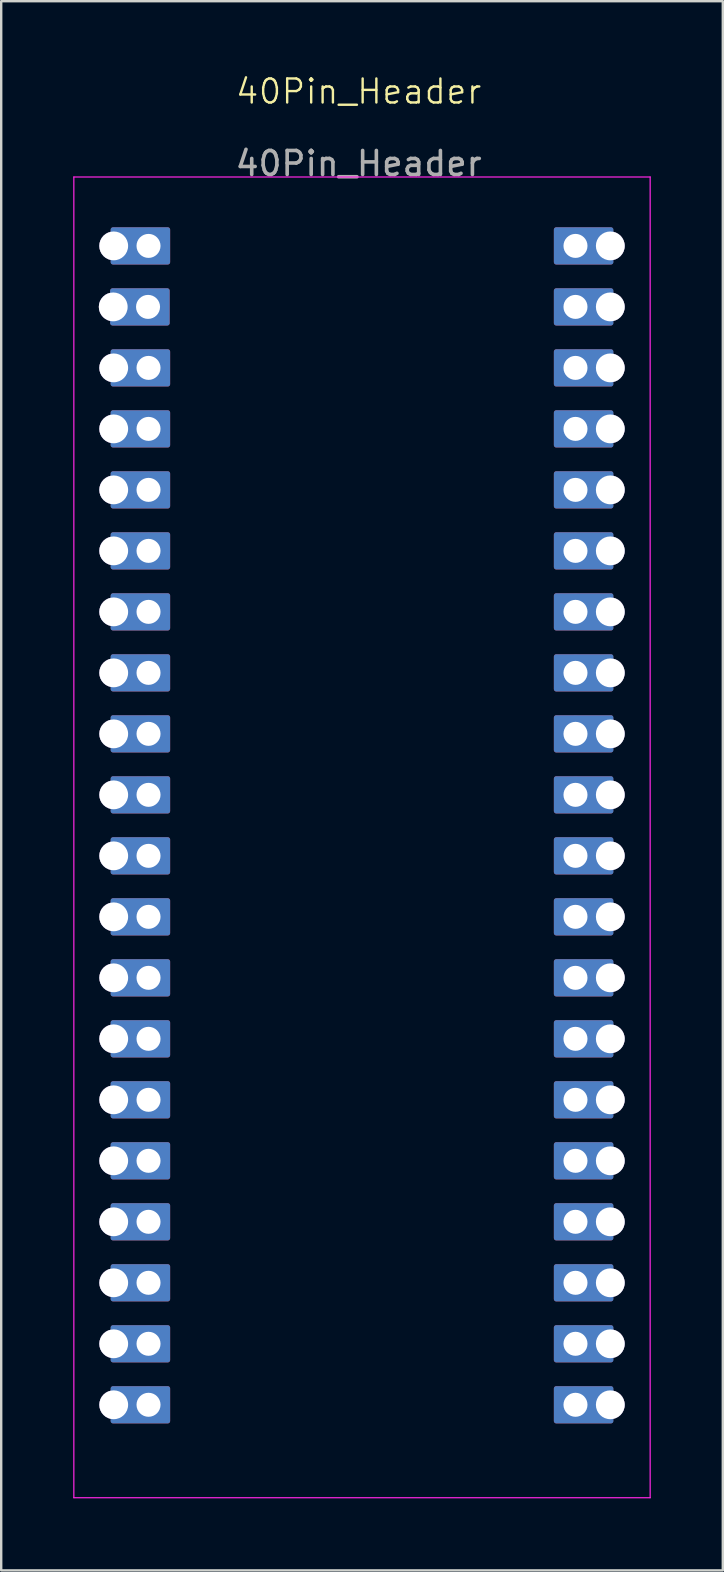
<source format=kicad_pcb>
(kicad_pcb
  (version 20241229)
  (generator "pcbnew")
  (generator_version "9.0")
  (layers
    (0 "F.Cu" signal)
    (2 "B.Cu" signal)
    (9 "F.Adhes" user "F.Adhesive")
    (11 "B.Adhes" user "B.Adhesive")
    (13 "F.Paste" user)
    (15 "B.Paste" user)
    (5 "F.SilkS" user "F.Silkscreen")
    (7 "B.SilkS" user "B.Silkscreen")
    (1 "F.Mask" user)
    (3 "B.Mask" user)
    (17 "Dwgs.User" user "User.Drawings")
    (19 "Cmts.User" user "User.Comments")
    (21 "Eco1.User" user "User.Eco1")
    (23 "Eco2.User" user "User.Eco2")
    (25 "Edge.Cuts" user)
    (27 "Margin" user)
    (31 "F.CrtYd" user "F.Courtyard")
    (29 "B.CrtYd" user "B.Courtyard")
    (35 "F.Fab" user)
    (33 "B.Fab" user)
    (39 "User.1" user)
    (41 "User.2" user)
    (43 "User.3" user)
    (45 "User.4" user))
  (footprint "40Pin_Header"
    (layer "F.Cu")
    (at 12.025 31.32)
    (property "Reference" "40Pin_Header" (at -0.14 -30.56 0) (unlocked yes) (layer "F.SilkS") (effects (font (size 1 1) (thickness 0.1))))
    (attr through_hole)
    (fp_rect (start -10.38 -22.265) (end -8.11 -20.915) (stroke (width 0.2) (type solid)) (fill yes) (layer "F.Cu"))
    (fp_rect (start -10.36 -24.805) (end -8.09 -23.455) (stroke (width 0.2) (type solid)) (fill yes) (layer "F.Cu"))
    (fp_rect (start -10.36 -19.725) (end -8.09 -18.375) (stroke (width 0.2) (type solid)) (fill yes) (layer "F.Cu"))
    (fp_rect (start -10.36 -17.185) (end -8.09 -15.835) (stroke (width 0.2) (type solid)) (fill yes) (layer "F.Cu"))
    (fp_rect (start -10.36 -14.645) (end -8.09 -13.295) (stroke (width 0.2) (type solid)) (fill yes) (layer "F.Cu"))
    (fp_rect (start -10.36 -12.105) (end -8.09 -10.755) (stroke (width 0.2) (type solid)) (fill yes) (layer "F.Cu"))
    (fp_rect (start -10.36 -9.565) (end -8.09 -8.215) (stroke (width 0.2) (type solid)) (fill yes) (layer "F.Cu"))
    (fp_rect (start -10.36 -7.025) (end -8.09 -5.675) (stroke (width 0.2) (type solid)) (fill yes) (layer "F.Cu"))
    (fp_rect (start -10.36 -4.485) (end -8.09 -3.135) (stroke (width 0.2) (type solid)) (fill yes) (layer "F.Cu"))
    (fp_rect (start -10.36 -1.945) (end -8.09 -0.595) (stroke (width 0.2) (type solid)) (fill yes) (layer "F.Cu"))
    (fp_rect (start -10.36 0.595) (end -8.09 1.945) (stroke (width 0.2) (type solid)) (fill yes) (layer "F.Cu"))
    (fp_rect (start -10.36 3.135) (end -8.09 4.485) (stroke (width 0.2) (type solid)) (fill yes) (layer "F.Cu"))
    (fp_rect (start -10.36 5.675) (end -8.09 7.025) (stroke (width 0.2) (type solid)) (fill yes) (layer "F.Cu"))
    (fp_rect (start -10.36 8.215) (end -8.09 9.565) (stroke (width 0.2) (type solid)) (fill yes) (layer "F.Cu"))
    (fp_rect (start -10.36 10.755) (end -8.09 12.105) (stroke (width 0.2) (type solid)) (fill yes) (layer "F.Cu"))
    (fp_rect (start -10.36 13.295) (end -8.09 14.645) (stroke (width 0.2) (type solid)) (fill yes) (layer "F.Cu"))
    (fp_rect (start -10.36 15.835) (end -8.09 17.185) (stroke (width 0.2) (type solid)) (fill yes) (layer "F.Cu"))
    (fp_rect (start -10.36 18.375) (end -8.09 19.725) (stroke (width 0.2) (type solid)) (fill yes) (layer "F.Cu"))
    (fp_rect (start -10.36 20.915) (end -8.09 22.265) (stroke (width 0.2) (type solid)) (fill yes) (layer "F.Cu"))
    (fp_rect (start -10.36 23.455) (end -8.09 24.805) (stroke (width 0.2) (type solid)) (fill yes) (layer "F.Cu"))
    (fp_rect (start 10.36 -23.455) (end 8.09 -24.805) (stroke (width 0.2) (type solid)) (fill yes) (layer "F.Cu"))
    (fp_rect (start 10.36 -20.915) (end 8.09 -22.265) (stroke (width 0.2) (type solid)) (fill yes) (layer "F.Cu"))
    (fp_rect (start 10.36 -18.375) (end 8.09 -19.725) (stroke (width 0.2) (type solid)) (fill yes) (layer "F.Cu"))
    (fp_rect (start 10.36 -15.835) (end 8.09 -17.185) (stroke (width 0.2) (type solid)) (fill yes) (layer "F.Cu"))
    (fp_rect (start 10.36 -13.295) (end 8.09 -14.645) (stroke (width 0.2) (type solid)) (fill yes) (layer "F.Cu"))
    (fp_rect (start 10.36 -10.755) (end 8.09 -12.105) (stroke (width 0.2) (type solid)) (fill yes) (layer "F.Cu"))
    (fp_rect (start 10.36 -8.215) (end 8.09 -9.565) (stroke (width 0.2) (type solid)) (fill yes) (layer "F.Cu"))
    (fp_rect (start 10.36 -5.675) (end 8.09 -7.025) (stroke (width 0.2) (type solid)) (fill yes) (layer "F.Cu"))
    (fp_rect (start 10.36 -3.135) (end 8.09 -4.485) (stroke (width 0.2) (type solid)) (fill yes) (layer "F.Cu"))
    (fp_rect (start 10.36 -0.595) (end 8.09 -1.945) (stroke (width 0.2) (type solid)) (fill yes) (layer "F.Cu"))
    (fp_rect (start 10.36 1.945) (end 8.09 0.595) (stroke (width 0.2) (type solid)) (fill yes) (layer "F.Cu"))
    (fp_rect (start 10.36 4.485) (end 8.09 3.135) (stroke (width 0.2) (type solid)) (fill yes) (layer "F.Cu"))
    (fp_rect (start 10.36 7.025) (end 8.09 5.675) (stroke (width 0.2) (type solid)) (fill yes) (layer "F.Cu"))
    (fp_rect (start 10.36 9.565) (end 8.09 8.215) (stroke (width 0.2) (type solid)) (fill yes) (layer "F.Cu"))
    (fp_rect (start 10.36 12.105) (end 8.09 10.755) (stroke (width 0.2) (type solid)) (fill yes) (layer "F.Cu"))
    (fp_rect (start 10.36 14.645) (end 8.09 13.295) (stroke (width 0.2) (type solid)) (fill yes) (layer "F.Cu"))
    (fp_rect (start 10.36 17.185) (end 8.09 15.835) (stroke (width 0.2) (type solid)) (fill yes) (layer "F.Cu"))
    (fp_rect (start 10.36 19.725) (end 8.09 18.375) (stroke (width 0.2) (type solid)) (fill yes) (layer "F.Cu"))
    (fp_rect (start 10.36 22.265) (end 8.09 20.915) (stroke (width 0.2) (type solid)) (fill yes) (layer "F.Cu"))
    (fp_rect (start 10.36 24.805) (end 8.09 23.455) (stroke (width 0.2) (type solid)) (fill yes) (layer "F.Cu"))
    (fp_rect (start -10.34 -22.265) (end -8.11 -20.915) (stroke (width 0.2) (type solid)) (fill yes) (layer "F.Mask"))
    (fp_rect (start -10.32 -24.805) (end -8.09 -23.455) (stroke (width 0.2) (type solid)) (fill yes) (layer "F.Mask"))
    (fp_rect (start -10.32 -19.725) (end -8.09 -18.375) (stroke (width 0.2) (type solid)) (fill yes) (layer "F.Mask"))
    (fp_rect (start -10.32 -17.185) (end -8.09 -15.835) (stroke (width 0.2) (type solid)) (fill yes) (layer "F.Mask"))
    (fp_rect (start -10.32 -14.645) (end -8.09 -13.295) (stroke (width 0.2) (type solid)) (fill yes) (layer "F.Mask"))
    (fp_rect (start -10.32 -12.105) (end -8.09 -10.755) (stroke (width 0.2) (type solid)) (fill yes) (layer "F.Mask"))
    (fp_rect (start -10.32 -9.565) (end -8.09 -8.215) (stroke (width 0.2) (type solid)) (fill yes) (layer "F.Mask"))
    (fp_rect (start -10.32 -7.025) (end -8.09 -5.675) (stroke (width 0.2) (type solid)) (fill yes) (layer "F.Mask"))
    (fp_rect (start -10.32 -4.485) (end -8.09 -3.135) (stroke (width 0.2) (type solid)) (fill yes) (layer "F.Mask"))
    (fp_rect (start -10.32 -1.945) (end -8.09 -0.595) (stroke (width 0.2) (type solid)) (fill yes) (layer "F.Mask"))
    (fp_rect (start -10.32 0.595) (end -8.09 1.945) (stroke (width 0.2) (type solid)) (fill yes) (layer "F.Mask"))
    (fp_rect (start -10.32 3.135) (end -8.09 4.485) (stroke (width 0.2) (type solid)) (fill yes) (layer "F.Mask"))
    (fp_rect (start -10.32 5.675) (end -8.09 7.025) (stroke (width 0.2) (type solid)) (fill yes) (layer "F.Mask"))
    (fp_rect (start -10.32 8.215) (end -8.09 9.565) (stroke (width 0.2) (type solid)) (fill yes) (layer "F.Mask"))
    (fp_rect (start -10.32 10.755) (end -8.09 12.105) (stroke (width 0.2) (type solid)) (fill yes) (layer "F.Mask"))
    (fp_rect (start -10.32 13.295) (end -8.09 14.645) (stroke (width 0.2) (type solid)) (fill yes) (layer "F.Mask"))
    (fp_rect (start -10.32 15.835) (end -8.09 17.185) (stroke (width 0.2) (type solid)) (fill yes) (layer "F.Mask"))
    (fp_rect (start -10.32 18.375) (end -8.09 19.725) (stroke (width 0.2) (type solid)) (fill yes) (layer "F.Mask"))
    (fp_rect (start -10.32 20.915) (end -8.09 22.265) (stroke (width 0.2) (type solid)) (fill yes) (layer "F.Mask"))
    (fp_rect (start -10.32 23.455) (end -8.09 24.805) (stroke (width 0.2) (type solid)) (fill yes) (layer "F.Mask"))
    (fp_rect (start 10.32 -23.455) (end 8.09 -24.805) (stroke (width 0.2) (type solid)) (fill yes) (layer "F.Mask"))
    (fp_rect (start 10.32 -20.915) (end 8.09 -22.265) (stroke (width 0.2) (type solid)) (fill yes) (layer "F.Mask"))
    (fp_rect (start 10.32 -18.375) (end 8.09 -19.725) (stroke (width 0.2) (type solid)) (fill yes) (layer "F.Mask"))
    (fp_rect (start 10.32 -15.835) (end 8.09 -17.185) (stroke (width 0.2) (type solid)) (fill yes) (layer "F.Mask"))
    (fp_rect (start 10.32 -13.295) (end 8.09 -14.645) (stroke (width 0.2) (type solid)) (fill yes) (layer "F.Mask"))
    (fp_rect (start 10.32 -10.755) (end 8.09 -12.105) (stroke (width 0.2) (type solid)) (fill yes) (layer "F.Mask"))
    (fp_rect (start 10.32 -8.215) (end 8.09 -9.565) (stroke (width 0.2) (type solid)) (fill yes) (layer "F.Mask"))
    (fp_rect (start 10.32 -5.675) (end 8.09 -7.025) (stroke (width 0.2) (type solid)) (fill yes) (layer "F.Mask"))
    (fp_rect (start 10.32 -3.135) (end 8.09 -4.485) (stroke (width 0.2) (type solid)) (fill yes) (layer "F.Mask"))
    (fp_rect (start 10.32 -0.595) (end 8.09 -1.945) (stroke (width 0.2) (type solid)) (fill yes) (layer "F.Mask"))
    (fp_rect (start 10.32 1.945) (end 8.09 0.595) (stroke (width 0.2) (type solid)) (fill yes) (layer "F.Mask"))
    (fp_rect (start 10.32 4.485) (end 8.09 3.135) (stroke (width 0.2) (type solid)) (fill yes) (layer "F.Mask"))
    (fp_rect (start 10.32 7.025) (end 8.09 5.675) (stroke (width 0.2) (type solid)) (fill yes) (layer "F.Mask"))
    (fp_rect (start 10.32 9.565) (end 8.09 8.215) (stroke (width 0.2) (type solid)) (fill yes) (layer "F.Mask"))
    (fp_rect (start 10.32 12.105) (end 8.09 10.755) (stroke (width 0.2) (type solid)) (fill yes) (layer "F.Mask"))
    (fp_rect (start 10.32 14.645) (end 8.09 13.295) (stroke (width 0.2) (type solid)) (fill yes) (layer "F.Mask"))
    (fp_rect (start 10.32 17.185) (end 8.09 15.835) (stroke (width 0.2) (type solid)) (fill yes) (layer "F.Mask"))
    (fp_rect (start 10.32 19.725) (end 8.09 18.375) (stroke (width 0.2) (type solid)) (fill yes) (layer "F.Mask"))
    (fp_rect (start 10.32 22.265) (end 8.09 20.915) (stroke (width 0.2) (type solid)) (fill yes) (layer "F.Mask"))
    (fp_rect (start 10.32 24.805) (end 8.09 23.455) (stroke (width 0.2) (type solid)) (fill yes) (layer "F.Mask"))
    (fp_rect (start -10.39 -22.265) (end -8.11 -20.915) (stroke (width 0.2) (type solid)) (fill yes) (layer "B.Cu"))
    (fp_rect (start -10.37 -24.805) (end -8.09 -23.455) (stroke (width 0.2) (type solid)) (fill yes) (layer "B.Cu"))
    (fp_rect (start -10.37 -19.725) (end -8.09 -18.375) (stroke (width 0.2) (type solid)) (fill yes) (layer "B.Cu"))
    (fp_rect (start -10.37 -17.185) (end -8.09 -15.835) (stroke (width 0.2) (type solid)) (fill yes) (layer "B.Cu"))
    (fp_rect (start -10.37 -14.645) (end -8.09 -13.295) (stroke (width 0.2) (type solid)) (fill yes) (layer "B.Cu"))
    (fp_rect (start -10.37 -12.105) (end -8.09 -10.755) (stroke (width 0.2) (type solid)) (fill yes) (layer "B.Cu"))
    (fp_rect (start -10.37 -9.565) (end -8.09 -8.215) (stroke (width 0.2) (type solid)) (fill yes) (layer "B.Cu"))
    (fp_rect (start -10.37 -7.025) (end -8.09 -5.675) (stroke (width 0.2) (type solid)) (fill yes) (layer "B.Cu"))
    (fp_rect (start -10.37 -4.485) (end -8.09 -3.135) (stroke (width 0.2) (type solid)) (fill yes) (layer "B.Cu"))
    (fp_rect (start -10.37 -1.945) (end -8.09 -0.595) (stroke (width 0.2) (type solid)) (fill yes) (layer "B.Cu"))
    (fp_rect (start -10.37 0.595) (end -8.09 1.945) (stroke (width 0.2) (type solid)) (fill yes) (layer "B.Cu"))
    (fp_rect (start -10.37 3.135) (end -8.09 4.485) (stroke (width 0.2) (type solid)) (fill yes) (layer "B.Cu"))
    (fp_rect (start -10.37 5.675) (end -8.09 7.025) (stroke (width 0.2) (type solid)) (fill yes) (layer "B.Cu"))
    (fp_rect (start -10.37 8.215) (end -8.09 9.565) (stroke (width 0.2) (type solid)) (fill yes) (layer "B.Cu"))
    (fp_rect (start -10.37 10.755) (end -8.09 12.105) (stroke (width 0.2) (type solid)) (fill yes) (layer "B.Cu"))
    (fp_rect (start -10.37 13.295) (end -8.09 14.645) (stroke (width 0.2) (type solid)) (fill yes) (layer "B.Cu"))
    (fp_rect (start -10.37 15.835) (end -8.09 17.185) (stroke (width 0.2) (type solid)) (fill yes) (layer "B.Cu"))
    (fp_rect (start -10.37 18.375) (end -8.09 19.725) (stroke (width 0.2) (type solid)) (fill yes) (layer "B.Cu"))
    (fp_rect (start -10.37 20.915) (end -8.09 22.265) (stroke (width 0.2) (type solid)) (fill yes) (layer "B.Cu"))
    (fp_rect (start -10.37 23.455) (end -8.09 24.805) (stroke (width 0.2) (type solid)) (fill yes) (layer "B.Cu"))
    (fp_rect (start 10.37 -23.455) (end 8.09 -24.805) (stroke (width 0.2) (type solid)) (fill yes) (layer "B.Cu"))
    (fp_rect (start 10.37 -20.915) (end 8.09 -22.265) (stroke (width 0.2) (type solid)) (fill yes) (layer "B.Cu"))
    (fp_rect (start 10.37 -18.375) (end 8.09 -19.725) (stroke (width 0.2) (type solid)) (fill yes) (layer "B.Cu"))
    (fp_rect (start 10.37 -15.835) (end 8.09 -17.185) (stroke (width 0.2) (type solid)) (fill yes) (layer "B.Cu"))
    (fp_rect (start 10.37 -13.295) (end 8.09 -14.645) (stroke (width 0.2) (type solid)) (fill yes) (layer "B.Cu"))
    (fp_rect (start 10.37 -10.755) (end 8.09 -12.105) (stroke (width 0.2) (type solid)) (fill yes) (layer "B.Cu"))
    (fp_rect (start 10.37 -8.215) (end 8.09 -9.565) (stroke (width 0.2) (type solid)) (fill yes) (layer "B.Cu"))
    (fp_rect (start 10.37 -5.675) (end 8.09 -7.025) (stroke (width 0.2) (type solid)) (fill yes) (layer "B.Cu"))
    (fp_rect (start 10.37 -3.135) (end 8.09 -4.485) (stroke (width 0.2) (type solid)) (fill yes) (layer "B.Cu"))
    (fp_rect (start 10.37 -0.595) (end 8.09 -1.945) (stroke (width 0.2) (type solid)) (fill yes) (layer "B.Cu"))
    (fp_rect (start 10.37 1.945) (end 8.09 0.595) (stroke (width 0.2) (type solid)) (fill yes) (layer "B.Cu"))
    (fp_rect (start 10.37 4.485) (end 8.09 3.135) (stroke (width 0.2) (type solid)) (fill yes) (layer "B.Cu"))
    (fp_rect (start 10.37 7.025) (end 8.09 5.675) (stroke (width 0.2) (type solid)) (fill yes) (layer "B.Cu"))
    (fp_rect (start 10.37 9.565) (end 8.09 8.215) (stroke (width 0.2) (type solid)) (fill yes) (layer "B.Cu"))
    (fp_rect (start 10.37 12.105) (end 8.09 10.755) (stroke (width 0.2) (type solid)) (fill yes) (layer "B.Cu"))
    (fp_rect (start 10.37 14.645) (end 8.09 13.295) (stroke (width 0.2) (type solid)) (fill yes) (layer "B.Cu"))
    (fp_rect (start 10.37 17.185) (end 8.09 15.835) (stroke (width 0.2) (type solid)) (fill yes) (layer "B.Cu"))
    (fp_rect (start 10.37 19.725) (end 8.09 18.375) (stroke (width 0.2) (type solid)) (fill yes) (layer "B.Cu"))
    (fp_rect (start 10.37 22.265) (end 8.09 20.915) (stroke (width 0.2) (type solid)) (fill yes) (layer "B.Cu"))
    (fp_rect (start 10.37 24.805) (end 8.09 23.455) (stroke (width 0.2) (type solid)) (fill yes) (layer "B.Cu"))
    (fp_rect (start -10.315 -22.26) (end -8.115 -20.91) (stroke (width 0.2) (type solid)) (fill yes) (layer "B.Mask"))
    (fp_rect (start -10.295 -24.8) (end -8.095 -23.45) (stroke (width 0.2) (type solid)) (fill yes) (layer "B.Mask"))
    (fp_rect (start -10.295 -19.72) (end -8.095 -18.37) (stroke (width 0.2) (type solid)) (fill yes) (layer "B.Mask"))
    (fp_rect (start -10.295 -17.18) (end -8.095 -15.83) (stroke (width 0.2) (type solid)) (fill yes) (layer "B.Mask"))
    (fp_rect (start -10.295 -14.64) (end -8.095 -13.29) (stroke (width 0.2) (type solid)) (fill yes) (layer "B.Mask"))
    (fp_rect (start -10.295 -12.1) (end -8.095 -10.75) (stroke (width 0.2) (type solid)) (fill yes) (layer "B.Mask"))
    (fp_rect (start -10.295 -9.56) (end -8.095 -8.21) (stroke (width 0.2) (type solid)) (fill yes) (layer "B.Mask"))
    (fp_rect (start -10.295 -7.02) (end -8.095 -5.67) (stroke (width 0.2) (type solid)) (fill yes) (layer "B.Mask"))
    (fp_rect (start -10.295 -4.48) (end -8.095 -3.13) (stroke (width 0.2) (type solid)) (fill yes) (layer "B.Mask"))
    (fp_rect (start -10.295 -1.94) (end -8.095 -0.59) (stroke (width 0.2) (type solid)) (fill yes) (layer "B.Mask"))
    (fp_rect (start -10.295 0.6) (end -8.095 1.95) (stroke (width 0.2) (type solid)) (fill yes) (layer "B.Mask"))
    (fp_rect (start -10.295 3.14) (end -8.095 4.49) (stroke (width 0.2) (type solid)) (fill yes) (layer "B.Mask"))
    (fp_rect (start -10.295 5.68) (end -8.095 7.03) (stroke (width 0.2) (type solid)) (fill yes) (layer "B.Mask"))
    (fp_rect (start -10.295 8.22) (end -8.095 9.57) (stroke (width 0.2) (type solid)) (fill yes) (layer "B.Mask"))
    (fp_rect (start -10.295 10.76) (end -8.095 12.11) (stroke (width 0.2) (type solid)) (fill yes) (layer "B.Mask"))
    (fp_rect (start -10.295 13.3) (end -8.095 14.65) (stroke (width 0.2) (type solid)) (fill yes) (layer "B.Mask"))
    (fp_rect (start -10.295 15.84) (end -8.095 17.19) (stroke (width 0.2) (type solid)) (fill yes) (layer "B.Mask"))
    (fp_rect (start -10.295 18.38) (end -8.095 19.73) (stroke (width 0.2) (type solid)) (fill yes) (layer "B.Mask"))
    (fp_rect (start -10.295 20.92) (end -8.095 22.27) (stroke (width 0.2) (type solid)) (fill yes) (layer "B.Mask"))
    (fp_rect (start -10.295 23.46) (end -8.095 24.81) (stroke (width 0.2) (type solid)) (fill yes) (layer "B.Mask"))
    (fp_rect (start 10.295 -23.46) (end 8.095 -24.81) (stroke (width 0.2) (type solid)) (fill yes) (layer "B.Mask"))
    (fp_rect (start 10.295 -20.92) (end 8.095 -22.27) (stroke (width 0.2) (type solid)) (fill yes) (layer "B.Mask"))
    (fp_rect (start 10.295 -18.38) (end 8.095 -19.73) (stroke (width 0.2) (type solid)) (fill yes) (layer "B.Mask"))
    (fp_rect (start 10.295 -15.84) (end 8.095 -17.19) (stroke (width 0.2) (type solid)) (fill yes) (layer "B.Mask"))
    (fp_rect (start 10.295 -13.3) (end 8.095 -14.65) (stroke (width 0.2) (type solid)) (fill yes) (layer "B.Mask"))
    (fp_rect (start 10.295 -10.76) (end 8.095 -12.11) (stroke (width 0.2) (type solid)) (fill yes) (layer "B.Mask"))
    (fp_rect (start 10.295 -8.22) (end 8.095 -9.57) (stroke (width 0.2) (type solid)) (fill yes) (layer "B.Mask"))
    (fp_rect (start 10.295 -5.68) (end 8.095 -7.03) (stroke (width 0.2) (type solid)) (fill yes) (layer "B.Mask"))
    (fp_rect (start 10.295 -3.14) (end 8.095 -4.49) (stroke (width 0.2) (type solid)) (fill yes) (layer "B.Mask"))
    (fp_rect (start 10.295 -0.6) (end 8.095 -1.95) (stroke (width 0.2) (type solid)) (fill yes) (layer "B.Mask"))
    (fp_rect (start 10.295 1.94) (end 8.095 0.59) (stroke (width 0.2) (type solid)) (fill yes) (layer "B.Mask"))
    (fp_rect (start 10.295 4.48) (end 8.095 3.13) (stroke (width 0.2) (type solid)) (fill yes) (layer "B.Mask"))
    (fp_rect (start 10.295 7.02) (end 8.095 5.67) (stroke (width 0.2) (type solid)) (fill yes) (layer "B.Mask"))
    (fp_rect (start 10.295 9.56) (end 8.095 8.21) (stroke (width 0.2) (type solid)) (fill yes) (layer "B.Mask"))
    (fp_rect (start 10.295 12.1) (end 8.095 10.75) (stroke (width 0.2) (type solid)) (fill yes) (layer "B.Mask"))
    (fp_rect (start 10.295 14.64) (end 8.095 13.29) (stroke (width 0.2) (type solid)) (fill yes) (layer "B.Mask"))
    (fp_rect (start 10.295 17.18) (end 8.095 15.83) (stroke (width 0.2) (type solid)) (fill yes) (layer "B.Mask"))
    (fp_rect (start 10.295 19.72) (end 8.095 18.37) (stroke (width 0.2) (type solid)) (fill yes) (layer "B.Mask"))
    (fp_rect (start 10.295 22.26) (end 8.095 20.91) (stroke (width 0.2) (type solid)) (fill yes) (layer "B.Mask"))
    (fp_rect (start 10.295 24.8) (end 8.095 23.45) (stroke (width 0.2) (type solid)) (fill yes) (layer "B.Mask"))
    (fp_line (start -12 -27) (end -12 28) (stroke (width 0.05) (type default)) (layer "F.CrtYd"))
    (fp_line (start -12 28) (end 12 28) (stroke (width 0.05) (type default)) (layer "F.CrtYd"))
    (fp_line (start 12 -27) (end -12 -27) (stroke (width 0.05) (type default)) (layer "F.CrtYd"))
    (fp_line (start 12 28) (end 12 -27) (stroke (width 0.05) (type default)) (layer "F.CrtYd"))
    (fp_text user "${REFERENCE}" (at -0.14 -27.56 0) (unlocked yes) (layer "F.Fab") (effects (font (size 1 1) (thickness 0.15))))
    (pad "1" thru_hole circle (at -10.34 -24.13) (size 1.2 1.2) (drill 1.5) (property pad_prop_castellated) (layers "*.Cu" "*.Mask"))
    (pad "1" thru_hole circle (at -8.89 -24.13) (size 1.5 1.5) (drill 1) (property pad_prop_castellated) (layers "*.Cu" "*.Mask"))
    (pad "2" thru_hole circle (at -10.36 -21.59) (size 1.2 1.2) (drill 1.5) (property pad_prop_castellated) (layers "*.Cu" "*.Mask"))
    (pad "2" thru_hole circle (at -8.91 -21.59) (size 1.5 1.5) (drill 1) (property pad_prop_castellated) (layers "*.Cu" "*.Mask"))
    (pad "3" thru_hole circle (at -10.34 -19.05) (size 1.2 1.2) (drill 1.5) (property pad_prop_castellated) (layers "*.Cu" "*.Mask"))
    (pad "3" thru_hole circle (at -8.89 -19.05) (size 1.5 1.5) (drill 1) (property pad_prop_castellated) (layers "*.Cu" "*.Mask"))
    (pad "4" thru_hole circle (at -10.34 -16.51) (size 1.2 1.2) (drill 1.5) (property pad_prop_castellated) (layers "*.Cu" "*.Mask"))
    (pad "4" thru_hole circle (at -8.89 -16.51) (size 1.5 1.5) (drill 1) (property pad_prop_castellated) (layers "*.Cu" "*.Mask"))
    (pad "5" thru_hole circle (at -10.34 -13.97) (size 1.2 1.2) (drill 1.5) (property pad_prop_castellated) (layers "*.Cu" "*.Mask"))
    (pad "5" thru_hole circle (at -8.89 -13.97) (size 1.5 1.5) (drill 1) (property pad_prop_castellated) (layers "*.Cu" "*.Mask"))
    (pad "6" thru_hole circle (at -10.34 -11.43) (size 1.2 1.2) (drill 1.5) (property pad_prop_castellated) (layers "*.Cu" "*.Mask"))
    (pad "6" thru_hole circle (at -8.89 -11.43) (size 1.5 1.5) (drill 1) (property pad_prop_castellated) (layers "*.Cu" "*.Mask"))
    (pad "7" thru_hole circle (at -10.34 -8.89) (size 1.2 1.2) (drill 1.5) (property pad_prop_castellated) (layers "*.Cu" "*.Mask"))
    (pad "7" thru_hole circle (at -8.89 -8.89) (size 1.5 1.5) (drill 1) (property pad_prop_castellated) (layers "*.Cu" "*.Mask"))
    (pad "8" thru_hole circle (at -10.34 -6.35) (size 1.2 1.2) (drill 1.5) (property pad_prop_castellated) (layers "*.Cu" "*.Mask"))
    (pad "8" thru_hole circle (at -8.89 -6.35) (size 1.5 1.5) (drill 1) (property pad_prop_castellated) (layers "*.Cu" "*.Mask"))
    (pad "9" thru_hole circle (at -10.34 -3.81) (size 1.2 1.2) (drill 1.5) (property pad_prop_castellated) (layers "*.Cu" "*.Mask"))
    (pad "9" thru_hole circle (at -8.89 -3.81) (size 1.5 1.5) (drill 1) (property pad_prop_castellated) (layers "*.Cu" "*.Mask"))
    (pad "10" thru_hole circle (at -10.34 -1.27) (size 1.2 1.2) (drill 1.5) (property pad_prop_castellated) (layers "*.Cu" "*.Mask"))
    (pad "10" thru_hole circle (at -8.89 -1.27) (size 1.5 1.5) (drill 1) (property pad_prop_castellated) (layers "*.Cu" "*.Mask"))
    (pad "11" thru_hole circle (at -10.34 1.27) (size 1.2 1.2) (drill 1.5) (property pad_prop_castellated) (layers "*.Cu" "*.Mask"))
    (pad "11" thru_hole circle (at -8.89 1.27) (size 1.5 1.5) (drill 1) (property pad_prop_castellated) (layers "*.Cu" "*.Mask"))
    (pad "12" thru_hole circle (at -10.34 3.81) (size 1.2 1.2) (drill 1.5) (property pad_prop_castellated) (layers "*.Cu" "*.Mask"))
    (pad "12" thru_hole circle (at -8.89 3.81) (size 1.5 1.5) (drill 1) (property pad_prop_castellated) (layers "*.Cu" "*.Mask"))
    (pad "13" thru_hole circle (at -10.34 6.35) (size 1.2 1.2) (drill 1.5) (property pad_prop_castellated) (layers "*.Cu" "*.Mask"))
    (pad "13" thru_hole circle (at -8.89 6.35) (size 1.5 1.5) (drill 1) (property pad_prop_castellated) (layers "*.Cu" "*.Mask"))
    (pad "14" thru_hole circle (at -10.34 8.89) (size 1.2 1.2) (drill 1.5) (property pad_prop_castellated) (layers "*.Cu" "*.Mask"))
    (pad "14" thru_hole circle (at -8.89 8.89) (size 1.5 1.5) (drill 1) (property pad_prop_castellated) (layers "*.Cu" "*.Mask"))
    (pad "15" thru_hole circle (at -10.34 11.43) (size 1.2 1.2) (drill 1.5) (property pad_prop_castellated) (layers "*.Cu" "*.Mask"))
    (pad "15" thru_hole circle (at -8.89 11.43) (size 1.5 1.5) (drill 1) (property pad_prop_castellated) (layers "*.Cu" "*.Mask"))
    (pad "16" thru_hole circle (at -10.34 13.97) (size 1.2 1.2) (drill 1.5) (property pad_prop_castellated) (layers "*.Cu" "*.Mask"))
    (pad "16" thru_hole circle (at -8.89 13.97) (size 1.5 1.5) (drill 1) (property pad_prop_castellated) (layers "*.Cu" "*.Mask"))
    (pad "17" thru_hole circle (at -10.34 16.51) (size 1.2 1.2) (drill 1.5) (property pad_prop_castellated) (layers "*.Cu" "*.Mask"))
    (pad "17" thru_hole circle (at -8.89 16.51) (size 1.5 1.5) (drill 1) (property pad_prop_castellated) (layers "*.Cu" "*.Mask"))
    (pad "18" thru_hole circle (at -10.34 19.05) (size 1.2 1.2) (drill 1.5) (property pad_prop_castellated) (layers "*.Cu" "*.Mask"))
    (pad "18" thru_hole circle (at -8.89 19.05) (size 1.5 1.5) (drill 1) (property pad_prop_castellated) (layers "*.Cu" "*.Mask"))
    (pad "19" thru_hole circle (at -10.34 21.59) (size 1.2 1.2) (drill 1.5) (property pad_prop_castellated) (layers "*.Cu" "*.Mask"))
    (pad "19" thru_hole circle (at -8.89 21.59) (size 1.5 1.5) (drill 1) (property pad_prop_castellated) (layers "*.Cu" "*.Mask"))
    (pad "20" thru_hole circle (at -10.34 24.13) (size 1.2 1.2) (drill 1.5) (property pad_prop_castellated) (layers "*.Cu" "*.Mask"))
    (pad "20" thru_hole circle (at -8.89 24.13) (size 1.5 1.5) (drill 1) (property pad_prop_castellated) (layers "*.Cu" "*.Mask"))
    (pad "21" thru_hole circle (at 8.89 24.13 180) (size 1.5 1.5) (drill 1) (property pad_prop_castellated) (layers "*.Cu" "*.Mask"))
    (pad "21" thru_hole circle (at 10.34 24.13 180) (size 1.2 1.2) (drill 1.5) (property pad_prop_castellated) (layers "*.Cu" "*.Mask"))
    (pad "22" thru_hole circle (at 8.89 21.59 180) (size 1.5 1.5) (drill 1) (property pad_prop_castellated) (layers "*.Cu" "*.Mask"))
    (pad "22" thru_hole circle (at 10.34 21.59 180) (size 1.2 1.2) (drill 1.5) (property pad_prop_castellated) (layers "*.Cu" "*.Mask"))
    (pad "23" thru_hole circle (at 8.89 19.05 180) (size 1.5 1.5) (drill 1) (property pad_prop_castellated) (layers "*.Cu" "*.Mask"))
    (pad "23" thru_hole circle (at 10.34 19.05 180) (size 1.2 1.2) (drill 1.5) (property pad_prop_castellated) (layers "*.Cu" "*.Mask"))
    (pad "24" thru_hole circle (at 8.89 16.51 180) (size 1.5 1.5) (drill 1) (property pad_prop_castellated) (layers "*.Cu" "*.Mask"))
    (pad "24" thru_hole circle (at 10.34 16.51 180) (size 1.2 1.2) (drill 1.5) (property pad_prop_castellated) (layers "*.Cu" "*.Mask"))
    (pad "25" thru_hole circle (at 8.89 13.97 180) (size 1.5 1.5) (drill 1) (property pad_prop_castellated) (layers "*.Cu" "*.Mask"))
    (pad "25" thru_hole circle (at 10.34 13.97 180) (size 1.2 1.2) (drill 1.5) (property pad_prop_castellated) (layers "*.Cu" "*.Mask"))
    (pad "26" thru_hole circle (at 8.89 11.43 180) (size 1.5 1.5) (drill 1) (property pad_prop_castellated) (layers "*.Cu" "*.Mask"))
    (pad "26" thru_hole circle (at 10.34 11.43 180) (size 1.2 1.2) (drill 1.5) (property pad_prop_castellated) (layers "*.Cu" "*.Mask"))
    (pad "27" thru_hole circle (at 8.89 8.89 180) (size 1.5 1.5) (drill 1) (property pad_prop_castellated) (layers "*.Cu" "*.Mask"))
    (pad "27" thru_hole circle (at 10.34 8.89 180) (size 1.2 1.2) (drill 1.5) (property pad_prop_castellated) (layers "*.Cu" "*.Mask"))
    (pad "28" thru_hole circle (at 8.89 6.35 180) (size 1.5 1.5) (drill 1) (property pad_prop_castellated) (layers "*.Cu" "*.Mask"))
    (pad "28" thru_hole circle (at 10.34 6.35 180) (size 1.2 1.2) (drill 1.5) (property pad_prop_castellated) (layers "*.Cu" "*.Mask"))
    (pad "29" thru_hole circle (at 8.89 3.81 180) (size 1.5 1.5) (drill 1) (property pad_prop_castellated) (layers "*.Cu" "*.Mask"))
    (pad "29" thru_hole circle (at 10.34 3.81 180) (size 1.2 1.2) (drill 1.5) (property pad_prop_castellated) (layers "*.Cu" "*.Mask"))
    (pad "30" thru_hole circle (at 8.89 1.27 180) (size 1.5 1.5) (drill 1) (property pad_prop_castellated) (layers "*.Cu" "*.Mask"))
    (pad "30" thru_hole circle (at 10.34 1.27 180) (size 1.2 1.2) (drill 1.5) (property pad_prop_castellated) (layers "*.Cu" "*.Mask"))
    (pad "31" thru_hole circle (at 8.89 -1.27 180) (size 1.5 1.5) (drill 1) (property pad_prop_castellated) (layers "*.Cu" "*.Mask"))
    (pad "31" thru_hole circle (at 10.34 -1.27 180) (size 1.2 1.2) (drill 1.5) (property pad_prop_castellated) (layers "*.Cu" "*.Mask"))
    (pad "32" thru_hole circle (at 8.89 -3.81 180) (size 1.5 1.5) (drill 1) (property pad_prop_castellated) (layers "*.Cu" "*.Mask"))
    (pad "32" thru_hole circle (at 10.34 -3.81 180) (size 1.2 1.2) (drill 1.5) (property pad_prop_castellated) (layers "*.Cu" "*.Mask"))
    (pad "33" thru_hole circle (at 8.89 -6.35 180) (size 1.5 1.5) (drill 1) (property pad_prop_castellated) (layers "*.Cu" "*.Mask"))
    (pad "33" thru_hole circle (at 10.34 -6.35 180) (size 1.2 1.2) (drill 1.5) (property pad_prop_castellated) (layers "*.Cu" "*.Mask"))
    (pad "34" thru_hole circle (at 8.89 -8.89 180) (size 1.5 1.5) (drill 1) (property pad_prop_castellated) (layers "*.Cu" "*.Mask"))
    (pad "34" thru_hole circle (at 10.34 -8.89 180) (size 1.2 1.2) (drill 1.5) (property pad_prop_castellated) (layers "*.Cu" "*.Mask"))
    (pad "35" thru_hole circle (at 8.89 -11.43 180) (size 1.5 1.5) (drill 1) (property pad_prop_castellated) (layers "*.Cu" "*.Mask"))
    (pad "35" thru_hole circle (at 10.34 -11.43 180) (size 1.2 1.2) (drill 1.5) (property pad_prop_castellated) (layers "*.Cu" "*.Mask"))
    (pad "36" thru_hole circle (at 8.89 -13.97 180) (size 1.5 1.5) (drill 1) (property pad_prop_castellated) (layers "*.Cu" "*.Mask"))
    (pad "36" thru_hole circle (at 10.34 -13.97 180) (size 1.2 1.2) (drill 1.5) (property pad_prop_castellated) (layers "*.Cu" "*.Mask"))
    (pad "37" thru_hole circle (at 8.89 -16.51 180) (size 1.5 1.5) (drill 1) (property pad_prop_castellated) (layers "*.Cu" "*.Mask"))
    (pad "37" thru_hole circle (at 10.34 -16.51 180) (size 1.2 1.2) (drill 1.5) (property pad_prop_castellated) (layers "*.Cu" "*.Mask"))
    (pad "38" thru_hole circle (at 8.89 -19.05 180) (size 1.5 1.5) (drill 1) (property pad_prop_castellated) (layers "*.Cu" "*.Mask"))
    (pad "38" thru_hole circle (at 10.34 -19.05 180) (size 1.2 1.2) (drill 1.5) (property pad_prop_castellated) (layers "*.Cu" "*.Mask"))
    (pad "39" thru_hole circle (at 8.89 -21.59 180) (size 1.5 1.5) (drill 1) (property pad_prop_castellated) (layers "*.Cu" "*.Mask"))
    (pad "39" thru_hole circle (at 10.34 -21.59 180) (size 1.2 1.2) (drill 1.5) (property pad_prop_castellated) (layers "*.Cu" "*.Mask"))
    (pad "40" thru_hole circle (at 8.89 -24.13 180) (size 1.5 1.5) (drill 1) (property pad_prop_castellated) (layers "*.Cu" "*.Mask"))
    (pad "40" thru_hole circle (at 10.34 -24.13 180) (size 1.2 1.2) (drill 1.5) (property pad_prop_castellated) (layers "*.Cu" "*.Mask")))
  (gr_rect
    (start -3 -3)
    (end 27.05 62.346)
    (stroke (width 0.1) (type default))
    (fill no)
    (layer "Edge.Cuts")))
</source>
